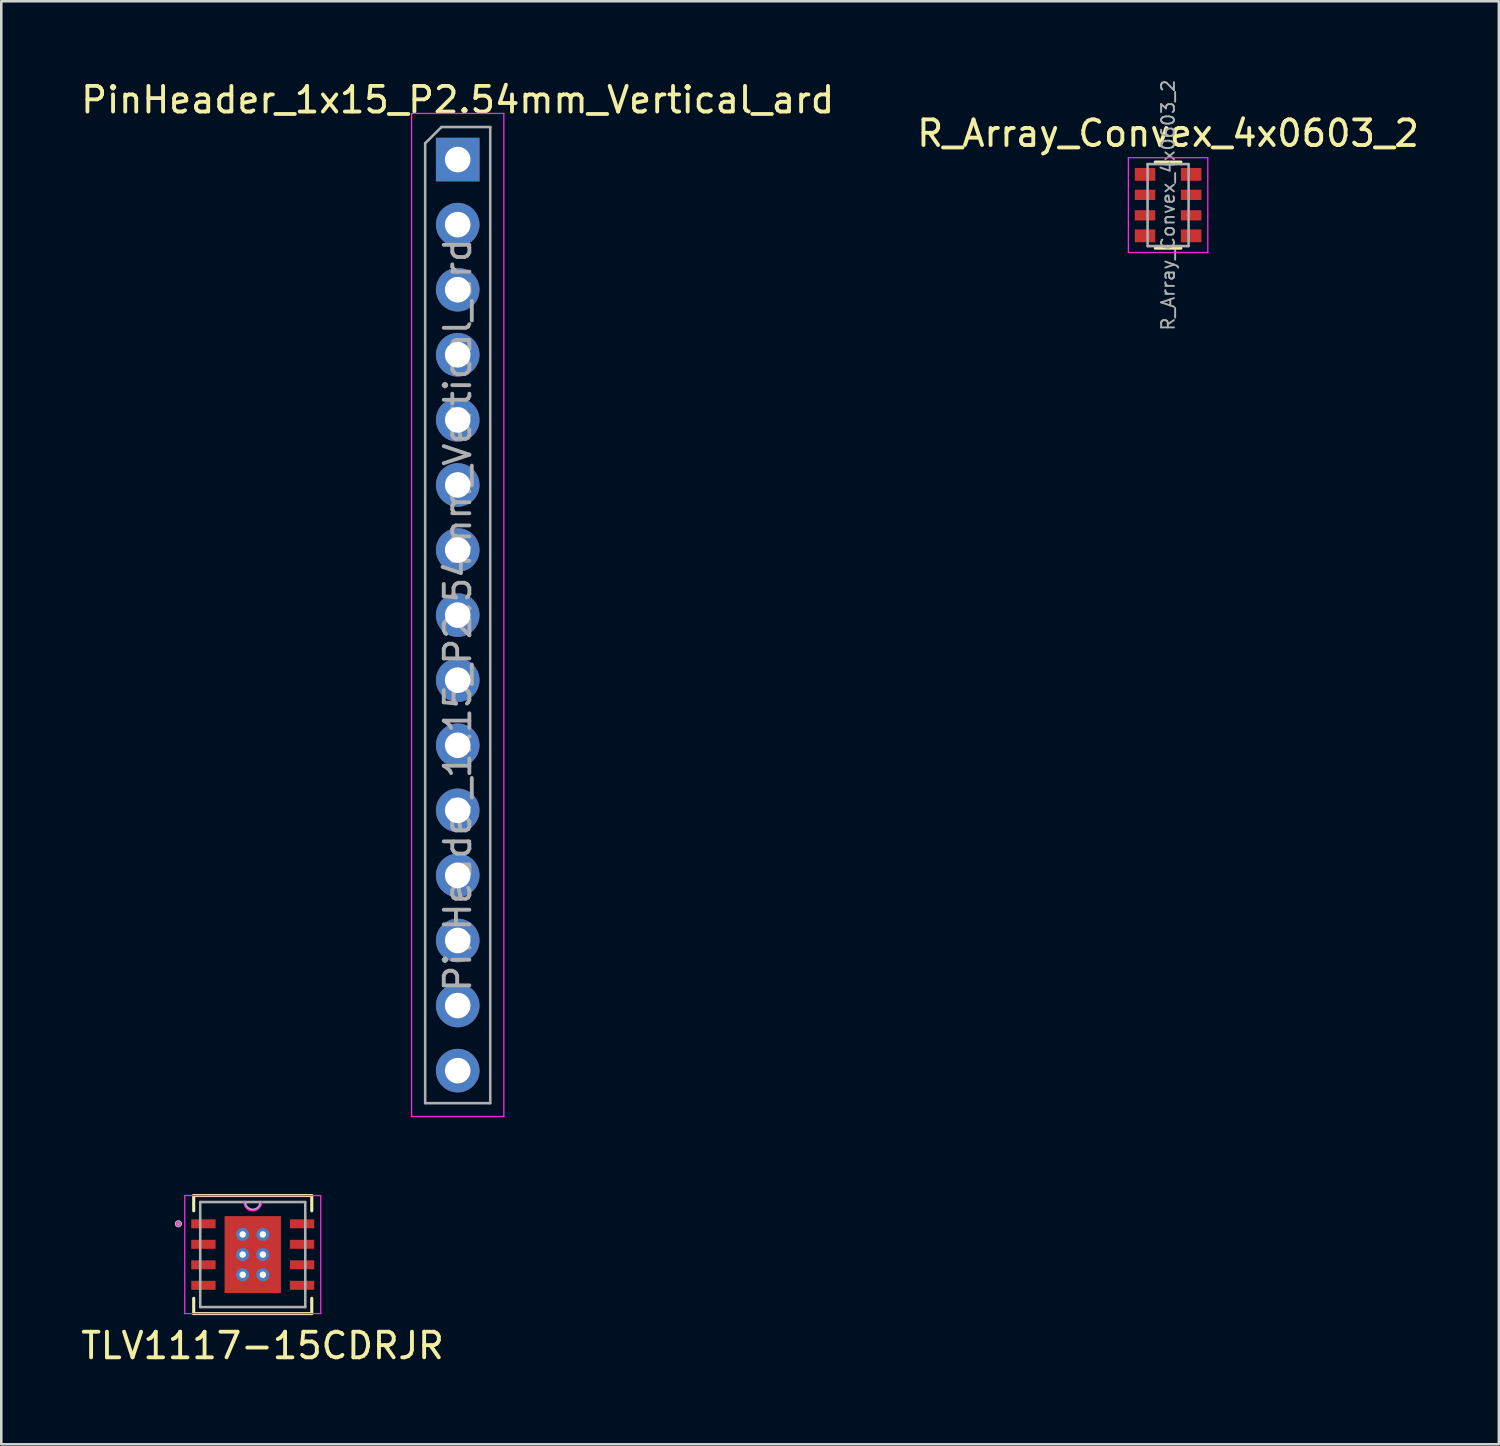
<source format=kicad_pcb>
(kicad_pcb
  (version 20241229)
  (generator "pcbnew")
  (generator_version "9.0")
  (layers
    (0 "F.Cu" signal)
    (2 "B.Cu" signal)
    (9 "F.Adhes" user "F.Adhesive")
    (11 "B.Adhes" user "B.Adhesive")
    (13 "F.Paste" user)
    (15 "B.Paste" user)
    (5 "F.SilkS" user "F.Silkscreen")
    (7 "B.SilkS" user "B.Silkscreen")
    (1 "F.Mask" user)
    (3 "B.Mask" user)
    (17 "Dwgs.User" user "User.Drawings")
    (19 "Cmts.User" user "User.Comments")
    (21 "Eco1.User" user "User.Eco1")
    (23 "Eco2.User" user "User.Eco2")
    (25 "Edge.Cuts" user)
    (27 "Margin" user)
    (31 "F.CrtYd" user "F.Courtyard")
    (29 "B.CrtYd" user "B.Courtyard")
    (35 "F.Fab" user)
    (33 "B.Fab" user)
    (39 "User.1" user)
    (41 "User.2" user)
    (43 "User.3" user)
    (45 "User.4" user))
  (footprint "PinHeader_1x15_P2.54mm_Vertical_ard"
    (layer "F.Cu")
    (at 14.815 20.958)
    (property "Reference" "PinHeader_1x15_P2.54mm_Vertical_ard" (at 0 -20.11 0) (layer "F.SilkS") (effects (font (size 1 1) (thickness 0.15))))
    (attr through_hole)
    (fp_line (start -1.8 -19.58) (end -1.8 19.57) (stroke (width 0.05) (type solid)) (layer "F.CrtYd"))
    (fp_line (start -1.8 19.57) (end 1.8 19.57) (stroke (width 0.05) (type solid)) (layer "F.CrtYd"))
    (fp_line (start 1.8 -19.58) (end -1.8 -19.58) (stroke (width 0.05) (type solid)) (layer "F.CrtYd"))
    (fp_line (start 1.8 19.57) (end 1.8 -19.58) (stroke (width 0.05) (type solid)) (layer "F.CrtYd"))
    (fp_line (start -1.27 -18.415) (end -0.635 -19.05) (stroke (width 0.1) (type solid)) (layer "F.Fab"))
    (fp_line (start -1.27 19.05) (end -1.27 -18.415) (stroke (width 0.1) (type solid)) (layer "F.Fab"))
    (fp_line (start -0.635 -19.05) (end 1.27 -19.05) (stroke (width 0.1) (type solid)) (layer "F.Fab"))
    (fp_line (start 1.27 -19.05) (end 1.27 19.05) (stroke (width 0.1) (type solid)) (layer "F.Fab"))
    (fp_line (start 1.27 19.05) (end -1.27 19.05) (stroke (width 0.1) (type solid)) (layer "F.Fab"))
    (fp_text user "${REFERENCE}" (at 0 0 90) (layer "F.Fab") (effects (font (size 1 1) (thickness 0.15))))
    (pad "1" thru_hole rect (at 0 -17.78) (size 1.7 1.7) (drill 1) (layers "*.Cu" "*.Mask"))
    (pad "2" thru_hole oval (at 0 -15.24) (size 1.7 1.7) (drill 1) (layers "*.Cu" "*.Mask"))
    (pad "3" thru_hole oval (at 0 -12.7) (size 1.7 1.7) (drill 1) (layers "*.Cu" "*.Mask"))
    (pad "4" thru_hole oval (at 0 -10.16) (size 1.7 1.7) (drill 1) (layers "*.Cu" "*.Mask"))
    (pad "5" thru_hole oval (at 0 -7.62) (size 1.7 1.7) (drill 1) (layers "*.Cu" "*.Mask"))
    (pad "6" thru_hole oval (at 0 -5.08) (size 1.7 1.7) (drill 1) (layers "*.Cu" "*.Mask"))
    (pad "7" thru_hole oval (at 0 -2.54) (size 1.7 1.7) (drill 1) (layers "*.Cu" "*.Mask"))
    (pad "8" thru_hole oval (at 0 0) (size 1.7 1.7) (drill 1) (layers "*.Cu" "*.Mask"))
    (pad "9" thru_hole oval (at 0 2.54) (size 1.7 1.7) (drill 1) (layers "*.Cu" "*.Mask"))
    (pad "10" thru_hole oval (at 0 5.08) (size 1.7 1.7) (drill 1) (layers "*.Cu" "*.Mask"))
    (pad "11" thru_hole oval (at 0 7.62) (size 1.7 1.7) (drill 1) (layers "*.Cu" "*.Mask"))
    (pad "12" thru_hole oval (at 0 10.16) (size 1.7 1.7) (drill 1) (layers "*.Cu" "*.Mask"))
    (pad "13" thru_hole oval (at 0 12.7) (size 1.7 1.7) (drill 1) (layers "*.Cu" "*.Mask"))
    (pad "14" thru_hole oval (at 0 15.24) (size 1.7 1.7) (drill 1) (layers "*.Cu" "*.Mask"))
    (pad "15" thru_hole oval (at 0 17.78) (size 1.7 1.7) (drill 1) (layers "*.Cu" "*.Mask")))
  (footprint "R_Array_Convex_4x0603_2"
    (layer "F.Cu")
    (at 42.542 4.955)
    (property "Reference" "R_Array_Convex_4x0603_2" (at 0 -2.8 0) (layer "F.SilkS") (effects (font (size 1 1) (thickness 0.15))))
    (attr smd)
    (fp_line (start 0.5 -1.68) (end -0.5 -1.68) (stroke (width 0.12) (type solid)) (layer "F.SilkS"))
    (fp_line (start 0.5 1.68) (end -0.5 1.68) (stroke (width 0.12) (type solid)) (layer "F.SilkS"))
    (fp_line (start -1.55 -1.85) (end -1.55 1.85) (stroke (width 0.05) (type solid)) (layer "F.CrtYd"))
    (fp_line (start -1.55 -1.85) (end 1.55 -1.85) (stroke (width 0.05) (type solid)) (layer "F.CrtYd"))
    (fp_line (start 1.55 1.85) (end -1.55 1.85) (stroke (width 0.05) (type solid)) (layer "F.CrtYd"))
    (fp_line (start 1.55 1.85) (end 1.55 -1.85) (stroke (width 0.05) (type solid)) (layer "F.CrtYd"))
    (fp_line (start -0.8 -1.6) (end 0.8 -1.6) (stroke (width 0.1) (type solid)) (layer "F.Fab"))
    (fp_line (start -0.8 1.6) (end -0.8 -1.6) (stroke (width 0.1) (type solid)) (layer "F.Fab"))
    (fp_line (start 0.8 -1.6) (end 0.8 1.6) (stroke (width 0.1) (type solid)) (layer "F.Fab"))
    (fp_line (start 0.8 1.6) (end -0.8 1.6) (stroke (width 0.1) (type solid)) (layer "F.Fab"))
    (fp_text user "${REFERENCE}" (at 0 0 90) (layer "F.Fab") (effects (font (size 0.5 0.5) (thickness 0.075))))
    (pad "1" smd rect (at -0.9 -1.2) (size 0.8 0.5) (layers "F.Cu" "F.Mask" "F.Paste"))
    (pad "2" smd rect (at -0.9 -0.4) (size 0.8 0.4) (layers "F.Cu" "F.Mask" "F.Paste"))
    (pad "3" smd rect (at -0.9 0.4) (size 0.8 0.4) (layers "F.Cu" "F.Mask" "F.Paste"))
    (pad "4" smd rect (at -0.9 1.2) (size 0.8 0.5) (layers "F.Cu" "F.Mask" "F.Paste"))
    (pad "5" smd rect (at 0.9 1.2) (size 0.8 0.5) (layers "F.Cu" "F.Mask" "F.Paste"))
    (pad "6" smd rect (at 0.9 0.4) (size 0.8 0.4) (layers "F.Cu" "F.Mask" "F.Paste"))
    (pad "7" smd rect (at 0.9 -0.4) (size 0.8 0.4) (layers "F.Cu" "F.Mask" "F.Paste"))
    (pad "8" smd rect (at 0.9 -1.2) (size 0.8 0.5) (layers "F.Cu" "F.Mask" "F.Paste")))
  (footprint "TLV1117-15CDRJR"
    (layer "F.Cu")
    (at 6.815 45.917)
    (property "Reference" "TLV1117-15CDRJR" (at 0.381 3.556 0) (layer "F.SilkS") (effects (font (size 1 1) (thickness 0.15))))
    (attr smd)
    (fp_poly (pts (xy -2.47 -1.445) (xy -2.47 -0.955) (xy -1.38 -0.955) (xy -1.38 -1.445)) (stroke (width 0.1) (type solid)) (fill yes) (layer "F.Mask"))
    (fp_poly (pts (xy -2.47 -0.645) (xy -2.47 -0.155) (xy -1.38 -0.155) (xy -1.38 -0.645)) (stroke (width 0.1) (type solid)) (fill yes) (layer "F.Mask"))
    (fp_poly (pts (xy -2.47 0.155) (xy -2.47 0.645) (xy -1.38 0.645) (xy -1.38 0.155)) (stroke (width 0.1) (type solid)) (fill yes) (layer "F.Mask"))
    (fp_poly (pts (xy -2.47 0.955) (xy -2.47 1.445) (xy -1.38 1.445) (xy -1.38 0.955)) (stroke (width 0.1) (type solid)) (fill yes) (layer "F.Mask"))
    (fp_poly (pts (xy -1.163 -1.563) (xy -0.594 -1.563) (xy -0.594 1.563) (xy -1.163 1.563)) (stroke (width 0.1) (type solid)) (fill yes) (layer "F.Mask"))
    (fp_poly (pts (xy -1.163 -1.563) (xy 1.163 -1.563) (xy 1.163 -0.987) (xy -1.163 -0.987)) (stroke (width 0.1) (type solid)) (fill yes) (layer "F.Mask"))
    (fp_poly (pts (xy -1.163 -0.587) (xy 1.163 -0.587) (xy 1.163 -0.2) (xy -1.163 -0.2)) (stroke (width 0.1) (type solid)) (fill yes) (layer "F.Mask"))
    (fp_poly (pts (xy -1.163 0.2) (xy 1.163 0.2) (xy 1.163 0.587) (xy -1.163 0.587)) (stroke (width 0.1) (type solid)) (fill yes) (layer "F.Mask"))
    (fp_poly (pts (xy -1.163 0.987) (xy 1.163 0.987) (xy 1.163 1.563) (xy -1.163 1.563)) (stroke (width 0.1) (type solid)) (fill yes) (layer "F.Mask"))
    (fp_poly (pts (xy 0.194 -1.563) (xy -0.194 -1.563) (xy -0.194 1.563) (xy 0.194 1.563)) (stroke (width 0.1) (type solid)) (fill yes) (layer "F.Mask"))
    (fp_poly (pts (xy 0.594 -1.563) (xy 1.163 -1.563) (xy 1.163 1.563) (xy 0.594 1.563)) (stroke (width 0.1) (type solid)) (fill yes) (layer "F.Mask"))
    (fp_poly (pts (xy 1.38 -1.445) (xy 1.38 -0.955) (xy 2.47 -0.955) (xy 2.47 -1.445)) (stroke (width 0.1) (type solid)) (fill yes) (layer "F.Mask"))
    (fp_poly (pts (xy 1.38 -0.645) (xy 1.38 -0.155) (xy 2.47 -0.155) (xy 2.47 -0.645)) (stroke (width 0.1) (type solid)) (fill yes) (layer "F.Mask"))
    (fp_poly (pts (xy 1.38 0.155) (xy 1.38 0.645) (xy 2.47 0.645) (xy 2.47 0.155)) (stroke (width 0.1) (type solid)) (fill yes) (layer "F.Mask"))
    (fp_poly (pts (xy 1.38 0.955) (xy 1.38 1.445) (xy 2.47 1.445) (xy 2.47 0.955)) (stroke (width 0.1) (type solid)) (fill yes) (layer "F.Mask"))
    (fp_line (start -2.304 -2.304) (end -2.304 -1.708) (stroke (width 0.12) (type solid)) (layer "F.SilkS"))
    (fp_line (start -2.304 1.708) (end -2.304 2.304) (stroke (width 0.12) (type solid)) (layer "F.SilkS"))
    (fp_line (start -2.304 2.304) (end 2.304 2.304) (stroke (width 0.12) (type solid)) (layer "F.SilkS"))
    (fp_line (start 2.304 -2.304) (end -2.304 -2.304) (stroke (width 0.12) (type solid)) (layer "F.SilkS"))
    (fp_line (start 2.304 -1.708) (end 2.304 -2.304) (stroke (width 0.12) (type solid)) (layer "F.SilkS"))
    (fp_line (start 2.304 2.304) (end 2.304 1.708) (stroke (width 0.12) (type solid)) (layer "F.SilkS"))
    (fp_circle (center -2.902 -1.2) (end -2.825 -1.2) (stroke (width 0.12) (type solid)) (fill no) (layer "F.SilkS"))
    (fp_poly (pts (xy -2.375 -1.35) (xy -2.375 -1.05) (xy -1.475 -1.05) (xy -1.475 -1.35)) (stroke (width 0.1) (type solid)) (fill yes) (layer "F.Paste"))
    (fp_poly (pts (xy -2.375 -0.55) (xy -2.375 -0.25) (xy -1.475 -0.25) (xy -1.475 -0.55)) (stroke (width 0.1) (type solid)) (fill yes) (layer "F.Paste"))
    (fp_poly (pts (xy -2.375 0.25) (xy -2.375 0.55) (xy -1.475 0.55) (xy -1.475 0.25)) (stroke (width 0.1) (type solid)) (fill yes) (layer "F.Paste"))
    (fp_poly (pts (xy -2.375 1.05) (xy -2.375 1.35) (xy -1.475 1.35) (xy -1.475 1.05)) (stroke (width 0.1) (type solid)) (fill yes) (layer "F.Paste"))
    (fp_poly (pts (xy 1.475 -1.35) (xy 1.475 -1.05) (xy 2.375 -1.05) (xy 2.375 -1.35)) (stroke (width 0.1) (type solid)) (fill yes) (layer "F.Paste"))
    (fp_poly (pts (xy 1.475 -0.55) (xy 1.475 -0.25) (xy 2.375 -0.25) (xy 2.375 -0.55)) (stroke (width 0.1) (type solid)) (fill yes) (layer "F.Paste"))
    (fp_poly (pts (xy 1.475 0.25) (xy 1.475 0.55) (xy 2.375 0.55) (xy 2.375 0.25)) (stroke (width 0.1) (type solid)) (fill yes) (layer "F.Paste"))
    (fp_poly (pts (xy 1.475 1.05) (xy 1.475 1.35) (xy 2.375 1.35) (xy 2.375 1.05)) (stroke (width 0.1) (type solid)) (fill yes) (layer "F.Paste"))
    (fp_poly (pts (xy -1.025 -1.425) (xy -1.025 -0.887) (xy -0.635 -0.887) (xy -0.494 -1.029) (xy -0.494 -1.425)) (stroke (width 0.1) (type solid)) (fill yes) (layer "F.Paste"))
    (fp_poly (pts (xy -1.025 0.887) (xy -1.025 1.425) (xy -0.494 1.425) (xy -0.494 1.029) (xy -0.635 0.887)) (stroke (width 0.1) (type solid)) (fill yes) (layer "F.Paste"))
    (fp_poly (pts (xy 0.494 -1.425) (xy 0.494 -1.029) (xy 0.635 -0.887) (xy 1.025 -0.887) (xy 1.025 -1.425)) (stroke (width 0.1) (type solid)) (fill yes) (layer "F.Paste"))
    (fp_poly (pts (xy 0.635 0.887) (xy 0.494 1.029) (xy 0.494 1.425) (xy 1.025 1.425) (xy 1.025 0.887)) (stroke (width 0.1) (type solid)) (fill yes) (layer "F.Paste"))
    (fp_poly (pts (xy -1.025 -0.687) (xy -1.025 -0.1) (xy -0.635 -0.1) (xy -0.494 -0.241) (xy -0.494 -0.546) (xy -0.635 -0.687)) (stroke (width 0.1) (type solid)) (fill yes) (layer "F.Paste"))
    (fp_poly (pts (xy -1.025 0.1) (xy -1.025 0.687) (xy -0.635 0.687) (xy -0.494 0.546) (xy -0.494 0.241) (xy -0.635 0.1)) (stroke (width 0.1) (type solid)) (fill yes) (layer "F.Paste"))
    (fp_poly (pts (xy -0.294 -1.425) (xy -0.294 -1.029) (xy -0.152 -0.887) (xy 0.152 -0.887) (xy 0.294 -1.029) (xy 0.294 -1.425)) (stroke (width 0.1) (type solid)) (fill yes) (layer "F.Paste"))
    (fp_poly (pts (xy -0.152 0.887) (xy -0.294 1.029) (xy -0.294 1.425) (xy 0.294 1.425) (xy 0.294 1.029) (xy 0.152 0.887)) (stroke (width 0.1) (type solid)) (fill yes) (layer "F.Paste"))
    (fp_poly (pts (xy 0.635 -0.687) (xy 0.494 -0.546) (xy 0.494 -0.241) (xy 0.635 -0.1) (xy 1.025 -0.1) (xy 1.025 -0.687)) (stroke (width 0.1) (type solid)) (fill yes) (layer "F.Paste"))
    (fp_poly (pts (xy 0.635 0.1) (xy 0.494 0.241) (xy 0.494 0.546) (xy 0.635 0.687) (xy 1.025 0.687) (xy 1.025 0.1)) (stroke (width 0.1) (type solid)) (fill yes) (layer "F.Paste"))
    (fp_poly (pts (xy -0.152 -0.687) (xy -0.294 -0.546) (xy -0.294 -0.241) (xy -0.152 -0.1) (xy 0.152 -0.1) (xy 0.294 -0.241) (xy 0.294 -0.546) (xy 0.152 -0.687)) (stroke (width 0.1) (type solid)) (fill yes) (layer "F.Paste"))
    (fp_poly (pts (xy -0.152 0.1) (xy -0.294 0.241) (xy -0.294 0.546) (xy -0.152 0.687) (xy 0.152 0.687) (xy 0.294 0.546) (xy 0.294 0.241) (xy 0.152 0.1)) (stroke (width 0.1) (type solid)) (fill yes) (layer "F.Paste"))
    (fp_line (start -2.654 -2.304) (end 2.654 -2.304) (stroke (width 0.05) (type solid)) (layer "F.CrtYd"))
    (fp_line (start -2.654 2.304) (end -2.654 -2.304) (stroke (width 0.05) (type solid)) (layer "F.CrtYd"))
    (fp_line (start 2.654 -2.304) (end 2.654 2.304) (stroke (width 0.05) (type solid)) (layer "F.CrtYd"))
    (fp_line (start 2.654 2.304) (end -2.654 2.304) (stroke (width 0.05) (type solid)) (layer "F.CrtYd"))
    (fp_arc (start 0.341667 -2.05) (mid 0 -1.708333) (end -0.341667 -2.05) (stroke (width 0.05) (type solid)) (layer "F.CrtYd"))
    (fp_circle (center -2.902 -1.2) (end -2.825 -1.2) (stroke (width 0.05) (type solid)) (fill no) (layer "F.CrtYd"))
    (fp_line (start -2.05 -2.05) (end -2.05 2.05) (stroke (width 0.1) (type solid)) (layer "F.Fab"))
    (fp_line (start -2.05 2.05) (end 2.05 2.05) (stroke (width 0.1) (type solid)) (layer "F.Fab"))
    (fp_line (start 2.05 -2.05) (end -2.05 -2.05) (stroke (width 0.1) (type solid)) (layer "F.Fab"))
    (fp_line (start 2.05 2.05) (end 2.05 -2.05) (stroke (width 0.1) (type solid)) (layer "F.Fab"))
    (fp_arc (start 0.3048 -2.05) (mid 0 -1.7452) (end -0.3048 -2.05) (stroke (width 0.1) (type solid)) (layer "F.Fab"))
    (fp_circle (center -2.902 -1.2) (end -2.825 -1.2) (stroke (width 0.1) (type solid)) (fill no) (layer "F.Fab"))
    (pad "1" smd rect (at -1.925 -1.2) (size 0.95 0.35) (layers "F.Cu" "F.Mask" "F.Paste"))
    (pad "2" smd rect (at 0 0) (size 2.2 3) (layers "F.Cu" "F.Mask" "F.Paste"))
    (pad "2" smd rect (at 1.925 -0.4) (size 0.95 0.35) (layers "F.Cu" "F.Mask" "F.Paste"))
    (pad "2" smd rect (at 1.925 0.4) (size 0.95 0.35) (layers "F.Cu" "F.Mask" "F.Paste"))
    (pad "2" smd rect (at 1.925 1.2) (size 0.95 0.35) (layers "F.Cu" "F.Mask" "F.Paste"))
    (pad "3" smd rect (at -1.925 -0.4) (size 0.95 0.35) (layers "F.Cu" "F.Mask" "F.Paste"))
    (pad "3" smd rect (at -1.925 0.4) (size 0.95 0.35) (layers "F.Cu" "F.Mask" "F.Paste"))
    (pad "3" smd rect (at -1.925 1.2) (size 0.95 0.35) (layers "F.Cu" "F.Mask" "F.Paste"))
    (pad "4" smd rect (at 1.925 -1.2) (size 0.95 0.35) (layers "F.Cu" "F.Mask" "F.Paste"))
    (pad "V" thru_hole circle (at -0.394 -0.787) (size 0.508 0.508) (drill 0.254) (layers "*.Cu" "*.Mask"))
    (pad "V" thru_hole circle (at -0.394 0) (size 0.508 0.508) (drill 0.254) (layers "*.Cu" "*.Mask"))
    (pad "V" thru_hole circle (at -0.394 0.787) (size 0.508 0.508) (drill 0.254) (layers "*.Cu" "*.Mask"))
    (pad "V" thru_hole circle (at 0.394 -0.787) (size 0.508 0.508) (drill 0.254) (layers "*.Cu" "*.Mask"))
    (pad "V" thru_hole circle (at 0.394 0) (size 0.508 0.508) (drill 0.254) (layers "*.Cu" "*.Mask"))
    (pad "V" thru_hole circle (at 0.394 0.787) (size 0.508 0.508) (drill 0.254) (layers "*.Cu" "*.Mask")))
  (gr_rect
    (start -3 -3)
    (end 55.452 53.322)
    (stroke (width 0.1) (type default))
    (fill no)
    (layer "Edge.Cuts")))
</source>
